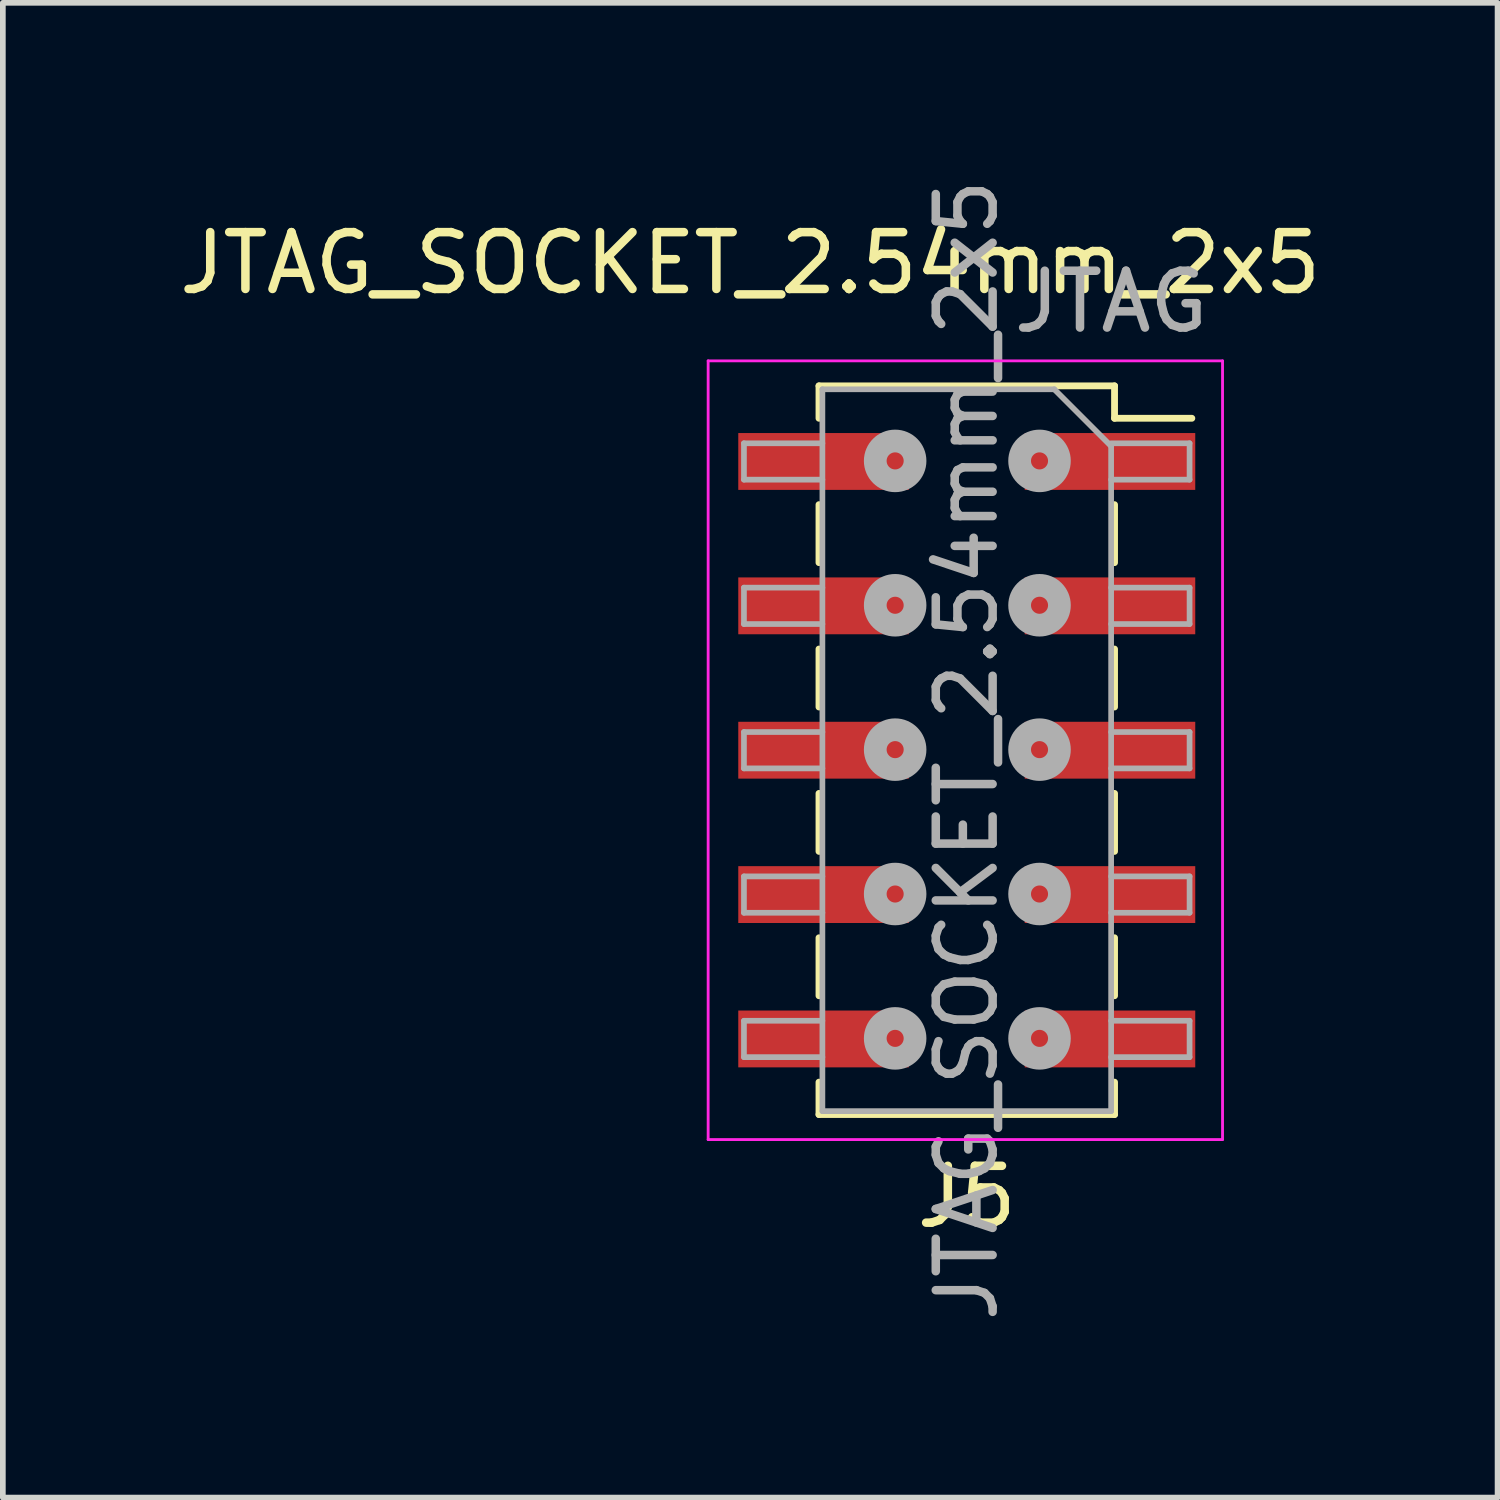
<source format=kicad_pcb>
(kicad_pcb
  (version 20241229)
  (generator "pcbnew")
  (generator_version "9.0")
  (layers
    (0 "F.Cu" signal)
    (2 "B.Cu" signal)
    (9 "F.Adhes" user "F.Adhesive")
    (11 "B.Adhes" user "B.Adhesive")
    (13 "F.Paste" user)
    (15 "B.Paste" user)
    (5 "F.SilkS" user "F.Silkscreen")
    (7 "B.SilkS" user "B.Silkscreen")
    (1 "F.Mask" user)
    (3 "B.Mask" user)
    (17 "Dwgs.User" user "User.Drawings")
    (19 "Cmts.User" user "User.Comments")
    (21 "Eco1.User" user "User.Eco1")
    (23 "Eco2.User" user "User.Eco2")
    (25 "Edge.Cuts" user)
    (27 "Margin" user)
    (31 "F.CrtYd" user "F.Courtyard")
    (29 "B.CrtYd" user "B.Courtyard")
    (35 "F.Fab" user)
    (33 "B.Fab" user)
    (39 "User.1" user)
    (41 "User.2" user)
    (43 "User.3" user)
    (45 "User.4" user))
  (footprint "JTAG_SOCKET_2.54mm_2x5"
    (layer "F.Cu")
    (at 13.959 10.469)
    (property "Reference" "JTAG_SOCKET_2.54mm_2x5" (at -3.81 -8.89 0) (layer "F.SilkS") (effects (font (size 1 1) (thickness 0.15))))
    (attr through_hole)
    (fp_line (start -2.6 -6.73) (end -2.6 -6.16) (stroke (width 0.12) (type solid)) (layer "F.SilkS"))
    (fp_line (start -2.6 -6.73) (end 2.6 -6.73) (stroke (width 0.12) (type solid)) (layer "F.SilkS"))
    (fp_line (start -2.6 -4.64) (end -2.6 -3.62) (stroke (width 0.12) (type solid)) (layer "F.SilkS"))
    (fp_line (start -2.6 -2.1) (end -2.6 -1.08) (stroke (width 0.12) (type solid)) (layer "F.SilkS"))
    (fp_line (start -2.6 0.44) (end -2.6 1.46) (stroke (width 0.12) (type solid)) (layer "F.SilkS"))
    (fp_line (start -2.6 2.98) (end -2.6 4) (stroke (width 0.12) (type solid)) (layer "F.SilkS"))
    (fp_line (start -2.6 5.52) (end -2.6 6.09) (stroke (width 0.12) (type solid)) (layer "F.SilkS"))
    (fp_line (start -2.6 6.09) (end 2.6 6.09) (stroke (width 0.12) (type solid)) (layer "F.SilkS"))
    (fp_line (start 2.6 -6.73) (end 2.6 -6.16) (stroke (width 0.12) (type solid)) (layer "F.SilkS"))
    (fp_line (start 2.6 -6.16) (end 3.96 -6.16) (stroke (width 0.12) (type solid)) (layer "F.SilkS"))
    (fp_line (start 2.6 -4.64) (end 2.6 -3.62) (stroke (width 0.12) (type solid)) (layer "F.SilkS"))
    (fp_line (start 2.6 -2.1) (end 2.6 -1.08) (stroke (width 0.12) (type solid)) (layer "F.SilkS"))
    (fp_line (start 2.6 0.44) (end 2.6 1.46) (stroke (width 0.12) (type solid)) (layer "F.SilkS"))
    (fp_line (start 2.6 2.98) (end 2.6 4) (stroke (width 0.12) (type solid)) (layer "F.SilkS"))
    (fp_line (start 2.6 5.52) (end 2.6 6.09) (stroke (width 0.12) (type solid)) (layer "F.SilkS"))
    (fp_line (start -4.55 -7.17) (end 4.5 -7.17) (stroke (width 0.05) (type solid)) (layer "F.CrtYd"))
    (fp_line (start -4.55 6.53) (end -4.55 -7.17) (stroke (width 0.05) (type solid)) (layer "F.CrtYd"))
    (fp_line (start 4.5 -7.17) (end 4.5 6.53) (stroke (width 0.05) (type solid)) (layer "F.CrtYd"))
    (fp_line (start 4.5 6.53) (end -4.55 6.53) (stroke (width 0.05) (type solid)) (layer "F.CrtYd"))
    (fp_line (start -3.92 -5.72) (end -2.54 -5.72) (stroke (width 0.1) (type solid)) (layer "F.Fab"))
    (fp_line (start -3.92 -5.08) (end -3.92 -5.72) (stroke (width 0.1) (type solid)) (layer "F.Fab"))
    (fp_line (start -3.92 -3.18) (end -2.54 -3.18) (stroke (width 0.1) (type solid)) (layer "F.Fab"))
    (fp_line (start -3.92 -2.54) (end -3.92 -3.18) (stroke (width 0.1) (type solid)) (layer "F.Fab"))
    (fp_line (start -3.92 -0.64) (end -2.54 -0.64) (stroke (width 0.1) (type solid)) (layer "F.Fab"))
    (fp_line (start -3.92 0) (end -3.92 -0.64) (stroke (width 0.1) (type solid)) (layer "F.Fab"))
    (fp_line (start -3.92 1.9) (end -2.54 1.9) (stroke (width 0.1) (type solid)) (layer "F.Fab"))
    (fp_line (start -3.92 2.54) (end -3.92 1.9) (stroke (width 0.1) (type solid)) (layer "F.Fab"))
    (fp_line (start -3.92 4.44) (end -2.54 4.44) (stroke (width 0.1) (type solid)) (layer "F.Fab"))
    (fp_line (start -3.92 5.08) (end -3.92 4.44) (stroke (width 0.1) (type solid)) (layer "F.Fab"))
    (fp_line (start -2.54 -6.67) (end 1.54 -6.67) (stroke (width 0.1) (type solid)) (layer "F.Fab"))
    (fp_line (start -2.54 -5.08) (end -3.92 -5.08) (stroke (width 0.1) (type solid)) (layer "F.Fab"))
    (fp_line (start -2.54 -2.54) (end -3.92 -2.54) (stroke (width 0.1) (type solid)) (layer "F.Fab"))
    (fp_line (start -2.54 0) (end -3.92 0) (stroke (width 0.1) (type solid)) (layer "F.Fab"))
    (fp_line (start -2.54 2.54) (end -3.92 2.54) (stroke (width 0.1) (type solid)) (layer "F.Fab"))
    (fp_line (start -2.54 5.08) (end -3.92 5.08) (stroke (width 0.1) (type solid)) (layer "F.Fab"))
    (fp_line (start -2.54 6.03) (end -2.54 -6.67) (stroke (width 0.1) (type solid)) (layer "F.Fab"))
    (fp_line (start 1.54 -6.67) (end 2.54 -5.67) (stroke (width 0.1) (type solid)) (layer "F.Fab"))
    (fp_line (start 2.54 -5.72) (end 3.92 -5.72) (stroke (width 0.1) (type solid)) (layer "F.Fab"))
    (fp_line (start 2.54 -5.67) (end 2.54 6.03) (stroke (width 0.1) (type solid)) (layer "F.Fab"))
    (fp_line (start 2.54 -3.18) (end 3.92 -3.18) (stroke (width 0.1) (type solid)) (layer "F.Fab"))
    (fp_line (start 2.54 -0.64) (end 3.92 -0.64) (stroke (width 0.1) (type solid)) (layer "F.Fab"))
    (fp_line (start 2.54 1.9) (end 3.92 1.9) (stroke (width 0.1) (type solid)) (layer "F.Fab"))
    (fp_line (start 2.54 4.44) (end 3.92 4.44) (stroke (width 0.1) (type solid)) (layer "F.Fab"))
    (fp_line (start 2.54 6.03) (end -2.54 6.03) (stroke (width 0.1) (type solid)) (layer "F.Fab"))
    (fp_line (start 3.92 -5.72) (end 3.92 -5.08) (stroke (width 0.1) (type solid)) (layer "F.Fab"))
    (fp_line (start 3.92 -5.08) (end 2.54 -5.08) (stroke (width 0.1) (type solid)) (layer "F.Fab"))
    (fp_line (start 3.92 -3.18) (end 3.92 -2.54) (stroke (width 0.1) (type solid)) (layer "F.Fab"))
    (fp_line (start 3.92 -2.54) (end 2.54 -2.54) (stroke (width 0.1) (type solid)) (layer "F.Fab"))
    (fp_line (start 3.92 -0.64) (end 3.92 0) (stroke (width 0.1) (type solid)) (layer "F.Fab"))
    (fp_line (start 3.92 0) (end 2.54 0) (stroke (width 0.1) (type solid)) (layer "F.Fab"))
    (fp_line (start 3.92 1.9) (end 3.92 2.54) (stroke (width 0.1) (type solid)) (layer "F.Fab"))
    (fp_line (start 3.92 2.54) (end 2.54 2.54) (stroke (width 0.1) (type solid)) (layer "F.Fab"))
    (fp_line (start 3.92 4.44) (end 3.92 5.08) (stroke (width 0.1) (type solid)) (layer "F.Fab"))
    (fp_line (start 3.92 5.08) (end 2.54 5.08) (stroke (width 0.1) (type solid)) (layer "F.Fab"))
    (fp_circle (center -1.26 -5.41) (end -1.11 -5.41) (stroke (width 0.4) (type solid)) (fill no) (layer "F.Fab"))
    (fp_circle (center -1.26 -2.87) (end -1.11 -2.87) (stroke (width 0.4) (type solid)) (fill no) (layer "F.Fab"))
    (fp_circle (center -1.26 -0.33) (end -1.11 -0.33) (stroke (width 0.4) (type solid)) (fill no) (layer "F.Fab"))
    (fp_circle (center -1.26 2.21) (end -1.11 2.21) (stroke (width 0.4) (type solid)) (fill no) (layer "F.Fab"))
    (fp_circle (center -1.26 4.75) (end -1.11 4.75) (stroke (width 0.4) (type solid)) (fill no) (layer "F.Fab"))
    (fp_circle (center 1.28 -5.41) (end 1.43 -5.41) (stroke (width 0.4) (type solid)) (fill no) (layer "F.Fab"))
    (fp_circle (center 1.28 -2.87) (end 1.43 -2.87) (stroke (width 0.4) (type solid)) (fill no) (layer "F.Fab"))
    (fp_circle (center 1.28 -0.33) (end 1.43 -0.33) (stroke (width 0.4) (type solid)) (fill no) (layer "F.Fab"))
    (fp_circle (center 1.28 2.21) (end 1.43 2.21) (stroke (width 0.4) (type solid)) (fill no) (layer "F.Fab"))
    (fp_circle (center 1.28 4.75) (end 1.43 4.75) (stroke (width 0.4) (type solid)) (fill no) (layer "F.Fab"))
    (fp_text user "J5" (at 0 7.537 180) (layer "F.SilkS") (effects (font (size 1 1) (thickness 0.15))))
    (fp_text user "${REFERENCE}" (at 0 -0.32 270) (layer "F.Fab") (effects (font (size 1 1) (thickness 0.15))))
    (fp_text user "JTAG" (at 2.54 -8.211 180) (layer "F.Fab") (effects (font (size 1 1) (thickness 0.15))))
    (pad "1" smd rect (at 2.52 -5.4) (size 3 1) (layers "F.Cu" "F.Mask" "F.Paste"))
    (pad "2" smd rect (at -2.52 -5.4) (size 3 1) (layers "F.Cu" "F.Mask" "F.Paste"))
    (pad "3" smd rect (at 2.52 -2.86) (size 3 1) (layers "F.Cu" "F.Mask" "F.Paste"))
    (pad "4" smd rect (at -2.52 -2.86) (size 3 1) (layers "F.Cu" "F.Mask" "F.Paste"))
    (pad "5" smd rect (at 2.52 -0.32) (size 3 1) (layers "F.Cu" "F.Mask" "F.Paste"))
    (pad "6" smd rect (at -2.52 -0.32) (size 3 1) (layers "F.Cu" "F.Mask" "F.Paste"))
    (pad "7" smd rect (at 2.52 2.22) (size 3 1) (layers "F.Cu" "F.Mask" "F.Paste"))
    (pad "8" smd rect (at -2.52 2.22) (size 3 1) (layers "F.Cu" "F.Mask" "F.Paste"))
    (pad "9" smd rect (at 2.52 4.76) (size 3 1) (layers "F.Cu" "F.Mask" "F.Paste"))
    (pad "10" smd rect (at -2.52 4.76) (size 3 1) (layers "F.Cu" "F.Mask" "F.Paste")))
  (gr_rect
    (start -3 -3)
    (end 23.298 23.298)
    (stroke (width 0.1) (type default))
    (fill no)
    (layer "Edge.Cuts")))
</source>
